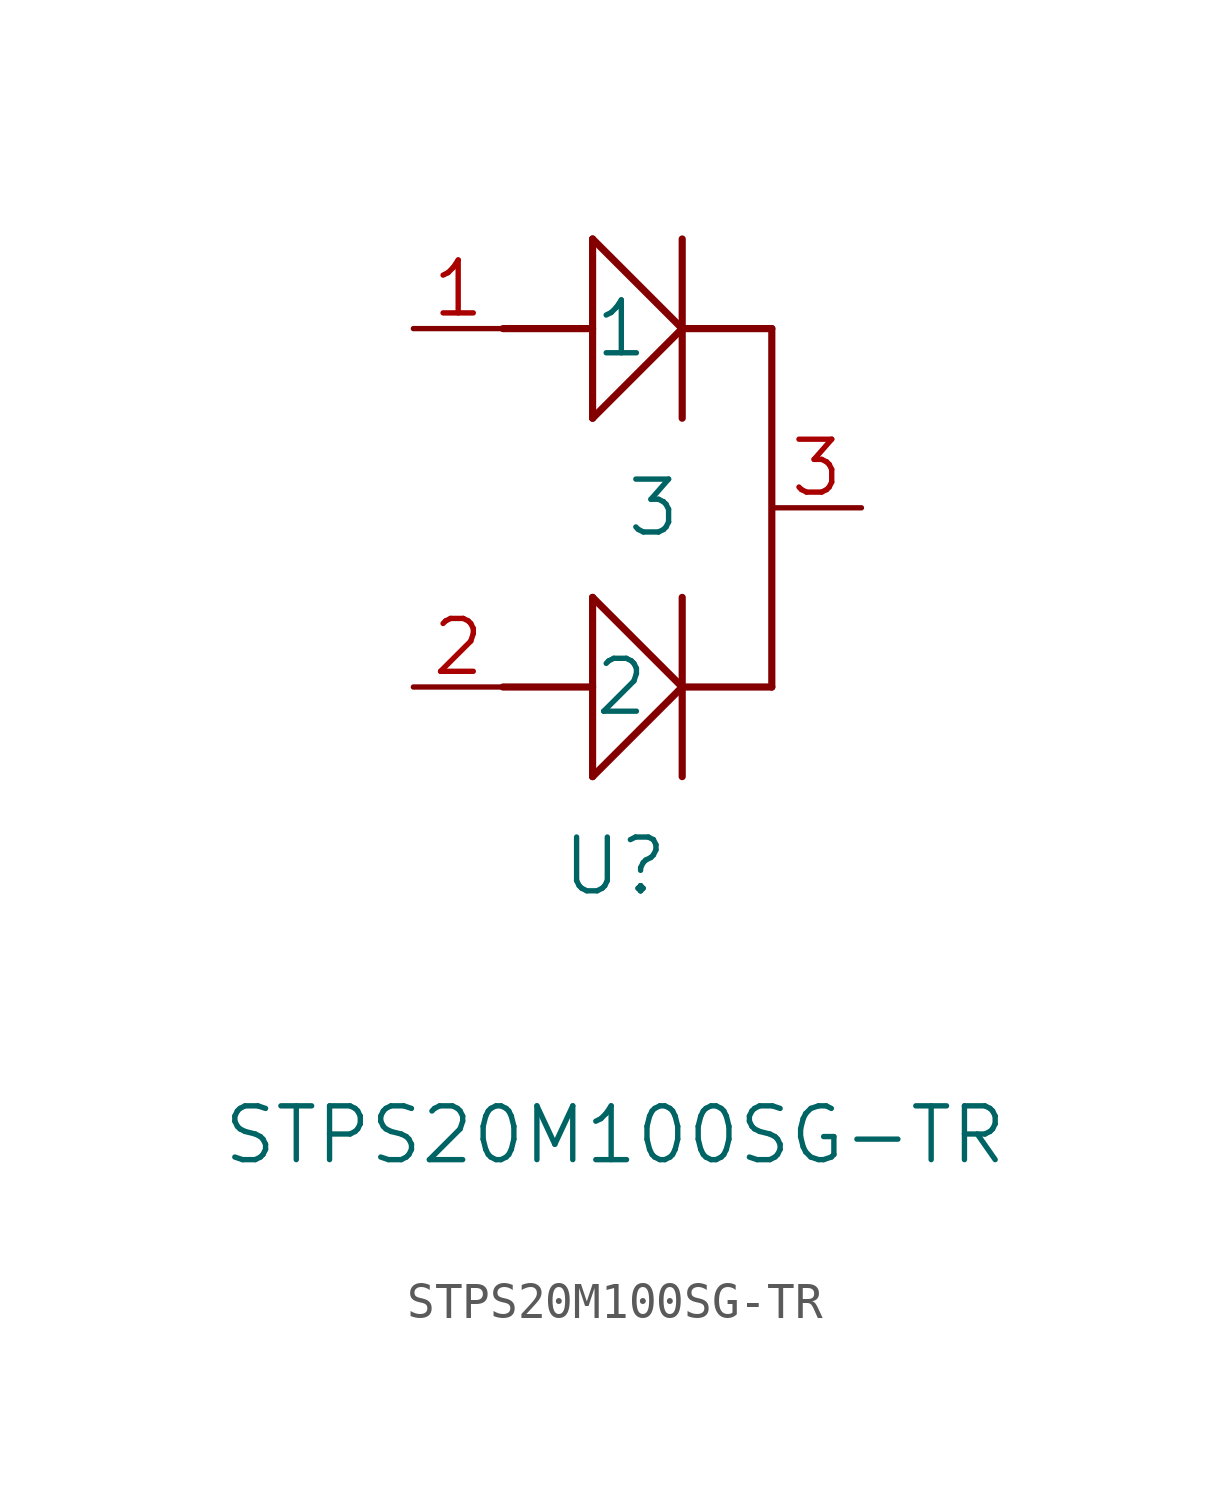
<source format=kicad_sym>
(kicad_symbol_lib
  (version 20211014)
  (generator kicad_symbol_editor)
  (symbol "STPS20M100SG-TR"
    (pin_names
      (offset 2.54))
    (property "Reference" "U"
      (at 5.715 -15.24 0)
      (effects (font (size 1.524 1.524))))
    (property "Value" "STPS20M100SG-TR"
      (at 5.715 -22.86 0)
      (effects (font (size 1.524 1.524))))
    (property "Datasheet" ""
      (at 0 0 0)
      (effects (font (size 1.524 1.524))))
    (property "ki_locked" ""
      (at 0 0 0)
      (effects (font (size 1.27 1.27))))
    (symbol "STPS20M100SG-TR_1_1"
      (polyline (pts (xy 2.54 -10.16) (xy 5.08 -10.16)) (stroke (width 0.203) (type default) (color 0 0 0 0)) (fill (type none)))
      (polyline (pts (xy 2.54 0) (xy 5.08 0)) (stroke (width 0.203) (type default) (color 0 0 0 0)) (fill (type none)))
      (polyline (pts (xy 5.08 -12.7) (xy 5.08 -7.62)) (stroke (width 0.203) (type default) (color 0 0 0 0)) (fill (type none)))
      (polyline (pts (xy 5.08 -12.7) (xy 7.62 -10.16)) (stroke (width 0.203) (type default) (color 0 0 0 0)) (fill (type none)))
      (polyline (pts (xy 5.08 -7.62) (xy 7.62 -10.16)) (stroke (width 0.203) (type default) (color 0 0 0 0)) (fill (type none)))
      (polyline (pts (xy 5.08 -2.54) (xy 7.62 0)) (stroke (width 0.203) (type default) (color 0 0 0 0)) (fill (type none)))
      (polyline (pts (xy 5.08 2.54) (xy 5.08 -2.54)) (stroke (width 0.203) (type default) (color 0 0 0 0)) (fill (type none)))
      (polyline (pts (xy 5.08 2.54) (xy 7.62 0)) (stroke (width 0.203) (type default) (color 0 0 0 0)) (fill (type none)))
      (polyline (pts (xy 7.62 -12.7) (xy 7.62 -7.62)) (stroke (width 0.203) (type default) (color 0 0 0 0)) (fill (type none)))
      (polyline (pts (xy 7.62 2.54) (xy 7.62 -2.54)) (stroke (width 0.203) (type default) (color 0 0 0 0)) (fill (type none)))
      (polyline (pts (xy 10.16 -10.16) (xy 7.62 -10.16)) (stroke (width 0.203) (type default) (color 0 0 0 0)) (fill (type none)))
      (polyline (pts (xy 10.16 0) (xy 7.62 0)) (stroke (width 0.203) (type default) (color 0 0 0 0)) (fill (type none)))
      (polyline (pts (xy 10.16 0) (xy 10.16 -10.16)) (stroke (width 0.203) (type default) (color 0 0 0 0)) (fill (type none)))
      (pin unspecified line (at 0 0 0) (length 2.54) (name "1" (effects (font (size 1.499 1.499)))) (number "1" (effects (font (size 1.499 1.499)))))
      (pin unspecified line (at 0 -10.16 0) (length 2.54) (name "2" (effects (font (size 1.499 1.499)))) (number "2" (effects (font (size 1.499 1.499)))))
      (pin unspecified line (at 12.7 -5.08 180) (length 2.54) (name "3" (effects (font (size 1.499 1.499)))) (number "3" (effects (font (size 1.499 1.499))))))))
</source>
